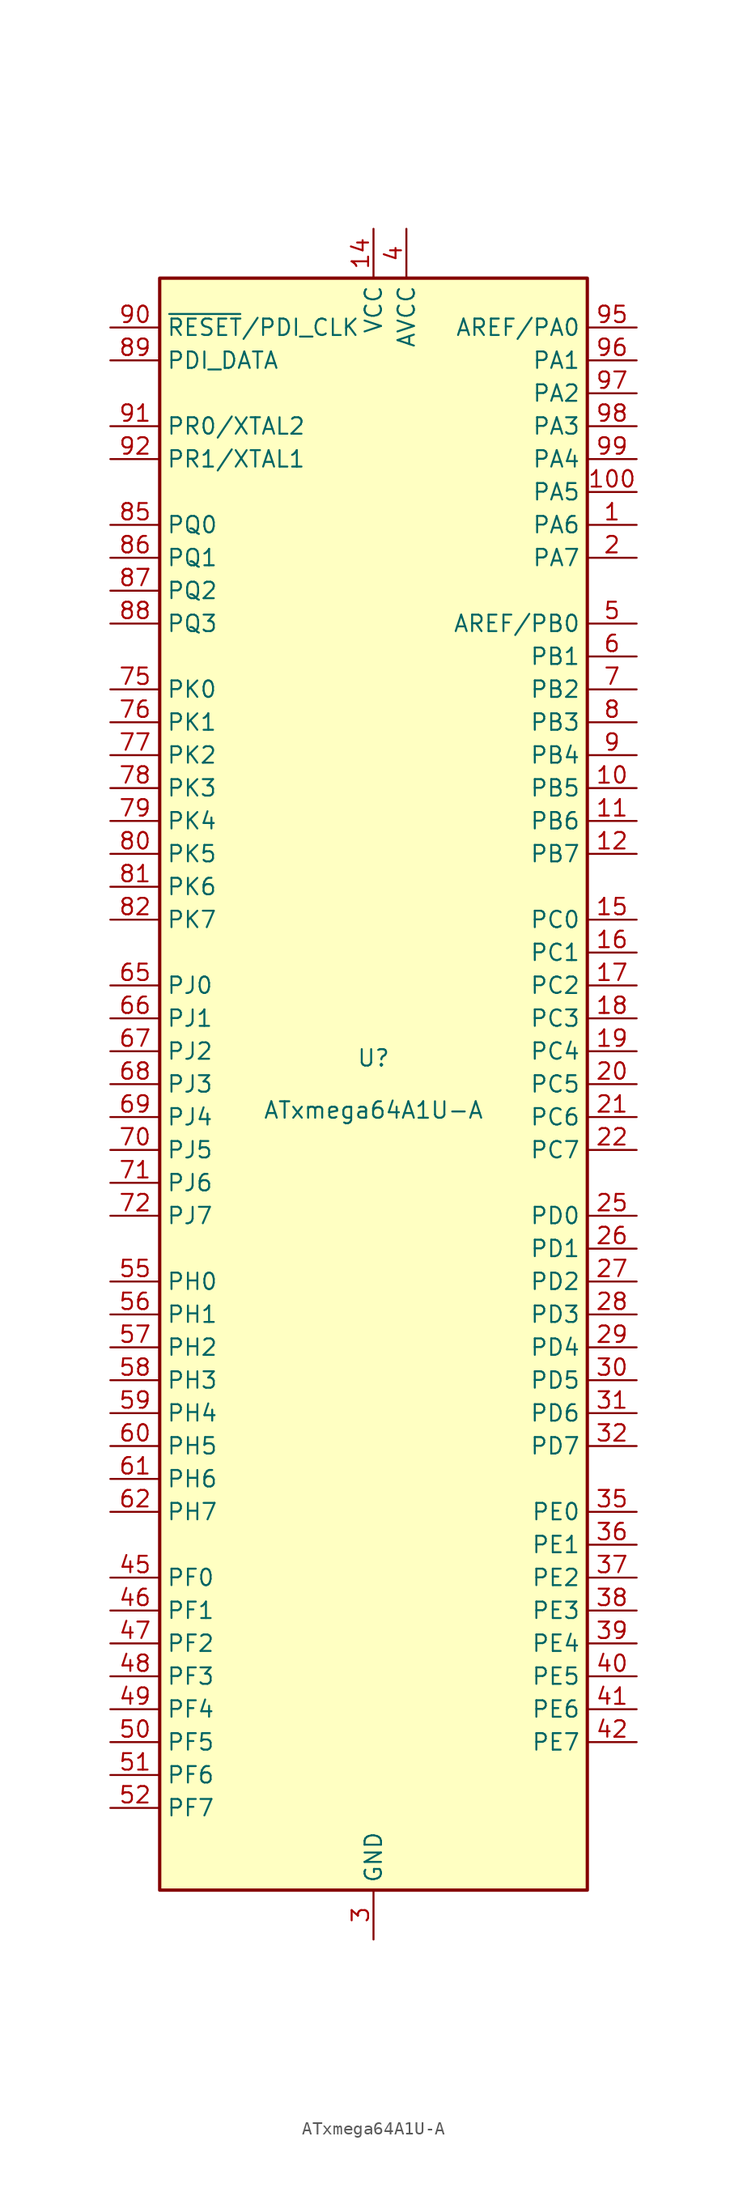
<source format=kicad_sym>
(kicad_symbol_lib
  (version 20241209)
  (generator "kicad_symbol_editor")
  (generator_version "9.0")
  (symbol "ATxmega64A1U-A"
    (property "Reference" "U"
      (at 0 1.27 0)
      (effects (font (size 1.27 1.27)) (justify bottom)))
    (property "Value" "ATxmega64A1U-A"
      (at 0 -1.27 0)
      (effects (font (size 1.27 1.27)) (justify top)))
    (symbol "ATxmega64A1U-A_0_1"
      (rectangle (start -16.51 -62.23) (end 16.51 62.23) (stroke (width 0.254) (type default)) (fill (type background))))
    (symbol "ATxmega64A1U-A_1_1"
      (pin input line (at -20.32 58.42 0) (length 3.81) (name "~{RESET}/PDI_CLK" (effects (font (size 1.27 1.27)))) (number "90" (effects (font (size 1.27 1.27)))))
      (pin bidirectional line (at -20.32 55.88 0) (length 3.81) (name "PDI_DATA" (effects (font (size 1.27 1.27)))) (number "89" (effects (font (size 1.27 1.27)))))
      (pin bidirectional line (at -20.32 50.8 0) (length 3.81) (name "PR0/XTAL2" (effects (font (size 1.27 1.27)))) (number "91" (effects (font (size 1.27 1.27)))))
      (pin bidirectional line (at -20.32 48.26 0) (length 3.81) (name "PR1/XTAL1" (effects (font (size 1.27 1.27)))) (number "92" (effects (font (size 1.27 1.27)))))
      (pin bidirectional line (at -20.32 43.18 0) (length 3.81) (name "PQ0" (effects (font (size 1.27 1.27)))) (number "85" (effects (font (size 1.27 1.27)))))
      (pin bidirectional line (at -20.32 40.64 0) (length 3.81) (name "PQ1" (effects (font (size 1.27 1.27)))) (number "86" (effects (font (size 1.27 1.27)))))
      (pin bidirectional line (at -20.32 38.1 0) (length 3.81) (name "PQ2" (effects (font (size 1.27 1.27)))) (number "87" (effects (font (size 1.27 1.27)))))
      (pin bidirectional line (at -20.32 35.56 0) (length 3.81) (name "PQ3" (effects (font (size 1.27 1.27)))) (number "88" (effects (font (size 1.27 1.27)))))
      (pin bidirectional line (at -20.32 30.48 0) (length 3.81) (name "PK0" (effects (font (size 1.27 1.27)))) (number "75" (effects (font (size 1.27 1.27)))))
      (pin bidirectional line (at -20.32 27.94 0) (length 3.81) (name "PK1" (effects (font (size 1.27 1.27)))) (number "76" (effects (font (size 1.27 1.27)))))
      (pin bidirectional line (at -20.32 25.4 0) (length 3.81) (name "PK2" (effects (font (size 1.27 1.27)))) (number "77" (effects (font (size 1.27 1.27)))))
      (pin bidirectional line (at -20.32 22.86 0) (length 3.81) (name "PK3" (effects (font (size 1.27 1.27)))) (number "78" (effects (font (size 1.27 1.27)))))
      (pin bidirectional line (at -20.32 20.32 0) (length 3.81) (name "PK4" (effects (font (size 1.27 1.27)))) (number "79" (effects (font (size 1.27 1.27)))))
      (pin bidirectional line (at -20.32 17.78 0) (length 3.81) (name "PK5" (effects (font (size 1.27 1.27)))) (number "80" (effects (font (size 1.27 1.27)))))
      (pin bidirectional line (at -20.32 15.24 0) (length 3.81) (name "PK6" (effects (font (size 1.27 1.27)))) (number "81" (effects (font (size 1.27 1.27)))))
      (pin bidirectional line (at -20.32 12.7 0) (length 3.81) (name "PK7" (effects (font (size 1.27 1.27)))) (number "82" (effects (font (size 1.27 1.27)))))
      (pin bidirectional line (at -20.32 7.62 0) (length 3.81) (name "PJ0" (effects (font (size 1.27 1.27)))) (number "65" (effects (font (size 1.27 1.27)))))
      (pin bidirectional line (at -20.32 5.08 0) (length 3.81) (name "PJ1" (effects (font (size 1.27 1.27)))) (number "66" (effects (font (size 1.27 1.27)))))
      (pin bidirectional line (at -20.32 2.54 0) (length 3.81) (name "PJ2" (effects (font (size 1.27 1.27)))) (number "67" (effects (font (size 1.27 1.27)))))
      (pin bidirectional line (at -20.32 0 0) (length 3.81) (name "PJ3" (effects (font (size 1.27 1.27)))) (number "68" (effects (font (size 1.27 1.27)))))
      (pin bidirectional line (at -20.32 -2.54 0) (length 3.81) (name "PJ4" (effects (font (size 1.27 1.27)))) (number "69" (effects (font (size 1.27 1.27)))))
      (pin bidirectional line (at -20.32 -5.08 0) (length 3.81) (name "PJ5" (effects (font (size 1.27 1.27)))) (number "70" (effects (font (size 1.27 1.27)))))
      (pin bidirectional line (at -20.32 -7.62 0) (length 3.81) (name "PJ6" (effects (font (size 1.27 1.27)))) (number "71" (effects (font (size 1.27 1.27)))))
      (pin bidirectional line (at -20.32 -10.16 0) (length 3.81) (name "PJ7" (effects (font (size 1.27 1.27)))) (number "72" (effects (font (size 1.27 1.27)))))
      (pin bidirectional line (at -20.32 -15.24 0) (length 3.81) (name "PH0" (effects (font (size 1.27 1.27)))) (number "55" (effects (font (size 1.27 1.27)))))
      (pin bidirectional line (at -20.32 -17.78 0) (length 3.81) (name "PH1" (effects (font (size 1.27 1.27)))) (number "56" (effects (font (size 1.27 1.27)))))
      (pin bidirectional line (at -20.32 -20.32 0) (length 3.81) (name "PH2" (effects (font (size 1.27 1.27)))) (number "57" (effects (font (size 1.27 1.27)))))
      (pin bidirectional line (at -20.32 -22.86 0) (length 3.81) (name "PH3" (effects (font (size 1.27 1.27)))) (number "58" (effects (font (size 1.27 1.27)))))
      (pin bidirectional line (at -20.32 -25.4 0) (length 3.81) (name "PH4" (effects (font (size 1.27 1.27)))) (number "59" (effects (font (size 1.27 1.27)))))
      (pin bidirectional line (at -20.32 -27.94 0) (length 3.81) (name "PH5" (effects (font (size 1.27 1.27)))) (number "60" (effects (font (size 1.27 1.27)))))
      (pin bidirectional line (at -20.32 -30.48 0) (length 3.81) (name "PH6" (effects (font (size 1.27 1.27)))) (number "61" (effects (font (size 1.27 1.27)))))
      (pin bidirectional line (at -20.32 -33.02 0) (length 3.81) (name "PH7" (effects (font (size 1.27 1.27)))) (number "62" (effects (font (size 1.27 1.27)))))
      (pin bidirectional line (at -20.32 -38.1 0) (length 3.81) (name "PF0" (effects (font (size 1.27 1.27)))) (number "45" (effects (font (size 1.27 1.27)))))
      (pin bidirectional line (at -20.32 -40.64 0) (length 3.81) (name "PF1" (effects (font (size 1.27 1.27)))) (number "46" (effects (font (size 1.27 1.27)))))
      (pin bidirectional line (at -20.32 -43.18 0) (length 3.81) (name "PF2" (effects (font (size 1.27 1.27)))) (number "47" (effects (font (size 1.27 1.27)))))
      (pin bidirectional line (at -20.32 -45.72 0) (length 3.81) (name "PF3" (effects (font (size 1.27 1.27)))) (number "48" (effects (font (size 1.27 1.27)))))
      (pin bidirectional line (at -20.32 -48.26 0) (length 3.81) (name "PF4" (effects (font (size 1.27 1.27)))) (number "49" (effects (font (size 1.27 1.27)))))
      (pin bidirectional line (at -20.32 -50.8 0) (length 3.81) (name "PF5" (effects (font (size 1.27 1.27)))) (number "50" (effects (font (size 1.27 1.27)))))
      (pin bidirectional line (at -20.32 -53.34 0) (length 3.81) (name "PF6" (effects (font (size 1.27 1.27)))) (number "51" (effects (font (size 1.27 1.27)))))
      (pin bidirectional line (at -20.32 -55.88 0) (length 3.81) (name "PF7" (effects (font (size 1.27 1.27)))) (number "52" (effects (font (size 1.27 1.27)))))
      (pin power_in line (at 0 66.04 270) (length 3.81) (name "VCC" (effects (font (size 1.27 1.27)))) (number "14" (effects (font (size 1.27 1.27)))))
      (pin passive line (at 0 66.04 270) (length 3.81) (hide yes) (name "VCC" (effects (font (size 1.27 1.27)))) (number "24" (effects (font (size 1.27 1.27)))))
      (pin passive line (at 0 66.04 270) (length 3.81) (hide yes) (name "VCC" (effects (font (size 1.27 1.27)))) (number "34" (effects (font (size 1.27 1.27)))))
      (pin passive line (at 0 66.04 270) (length 3.81) (hide yes) (name "VCC" (effects (font (size 1.27 1.27)))) (number "44" (effects (font (size 1.27 1.27)))))
      (pin passive line (at 0 66.04 270) (length 3.81) (hide yes) (name "VCC" (effects (font (size 1.27 1.27)))) (number "54" (effects (font (size 1.27 1.27)))))
      (pin passive line (at 0 66.04 270) (length 3.81) (hide yes) (name "VCC" (effects (font (size 1.27 1.27)))) (number "64" (effects (font (size 1.27 1.27)))))
      (pin passive line (at 0 66.04 270) (length 3.81) (hide yes) (name "VCC" (effects (font (size 1.27 1.27)))) (number "74" (effects (font (size 1.27 1.27)))))
      (pin passive line (at 0 66.04 270) (length 3.81) (hide yes) (name "VCC" (effects (font (size 1.27 1.27)))) (number "83" (effects (font (size 1.27 1.27)))))
      (pin passive line (at 0 -66.04 90) (length 3.81) (hide yes) (name "GND" (effects (font (size 1.27 1.27)))) (number "13" (effects (font (size 1.27 1.27)))))
      (pin passive line (at 0 -66.04 90) (length 3.81) (hide yes) (name "GND" (effects (font (size 1.27 1.27)))) (number "23" (effects (font (size 1.27 1.27)))))
      (pin power_in line (at 0 -66.04 90) (length 3.81) (name "GND" (effects (font (size 1.27 1.27)))) (number "3" (effects (font (size 1.27 1.27)))))
      (pin passive line (at 0 -66.04 90) (length 3.81) (hide yes) (name "GND" (effects (font (size 1.27 1.27)))) (number "33" (effects (font (size 1.27 1.27)))))
      (pin passive line (at 0 -66.04 90) (length 3.81) (hide yes) (name "GND" (effects (font (size 1.27 1.27)))) (number "43" (effects (font (size 1.27 1.27)))))
      (pin passive line (at 0 -66.04 90) (length 3.81) (hide yes) (name "GND" (effects (font (size 1.27 1.27)))) (number "53" (effects (font (size 1.27 1.27)))))
      (pin passive line (at 0 -66.04 90) (length 3.81) (hide yes) (name "GND" (effects (font (size 1.27 1.27)))) (number "63" (effects (font (size 1.27 1.27)))))
      (pin passive line (at 0 -66.04 90) (length 3.81) (hide yes) (name "GND" (effects (font (size 1.27 1.27)))) (number "73" (effects (font (size 1.27 1.27)))))
      (pin passive line (at 0 -66.04 90) (length 3.81) (hide yes) (name "GND" (effects (font (size 1.27 1.27)))) (number "84" (effects (font (size 1.27 1.27)))))
      (pin passive line (at 0 -66.04 90) (length 3.81) (hide yes) (name "GND" (effects (font (size 1.27 1.27)))) (number "93" (effects (font (size 1.27 1.27)))))
      (pin power_in line (at 2.54 66.04 270) (length 3.81) (name "AVCC" (effects (font (size 1.27 1.27)))) (number "4" (effects (font (size 1.27 1.27)))))
      (pin passive line (at 2.54 66.04 270) (length 3.81) (hide yes) (name "AVCC" (effects (font (size 1.27 1.27)))) (number "94" (effects (font (size 1.27 1.27)))))
      (pin bidirectional line (at 20.32 58.42 180) (length 3.81) (name "AREF/PA0" (effects (font (size 1.27 1.27)))) (number "95" (effects (font (size 1.27 1.27)))))
      (pin bidirectional line (at 20.32 55.88 180) (length 3.81) (name "PA1" (effects (font (size 1.27 1.27)))) (number "96" (effects (font (size 1.27 1.27)))))
      (pin bidirectional line (at 20.32 53.34 180) (length 3.81) (name "PA2" (effects (font (size 1.27 1.27)))) (number "97" (effects (font (size 1.27 1.27)))))
      (pin bidirectional line (at 20.32 50.8 180) (length 3.81) (name "PA3" (effects (font (size 1.27 1.27)))) (number "98" (effects (font (size 1.27 1.27)))))
      (pin bidirectional line (at 20.32 48.26 180) (length 3.81) (name "PA4" (effects (font (size 1.27 1.27)))) (number "99" (effects (font (size 1.27 1.27)))))
      (pin bidirectional line (at 20.32 45.72 180) (length 3.81) (name "PA5" (effects (font (size 1.27 1.27)))) (number "100" (effects (font (size 1.27 1.27)))))
      (pin bidirectional line (at 20.32 43.18 180) (length 3.81) (name "PA6" (effects (font (size 1.27 1.27)))) (number "1" (effects (font (size 1.27 1.27)))))
      (pin bidirectional line (at 20.32 40.64 180) (length 3.81) (name "PA7" (effects (font (size 1.27 1.27)))) (number "2" (effects (font (size 1.27 1.27)))))
      (pin bidirectional line (at 20.32 35.56 180) (length 3.81) (name "AREF/PB0" (effects (font (size 1.27 1.27)))) (number "5" (effects (font (size 1.27 1.27)))))
      (pin bidirectional line (at 20.32 33.02 180) (length 3.81) (name "PB1" (effects (font (size 1.27 1.27)))) (number "6" (effects (font (size 1.27 1.27)))))
      (pin bidirectional line (at 20.32 30.48 180) (length 3.81) (name "PB2" (effects (font (size 1.27 1.27)))) (number "7" (effects (font (size 1.27 1.27)))))
      (pin bidirectional line (at 20.32 27.94 180) (length 3.81) (name "PB3" (effects (font (size 1.27 1.27)))) (number "8" (effects (font (size 1.27 1.27)))))
      (pin bidirectional line (at 20.32 25.4 180) (length 3.81) (name "PB4" (effects (font (size 1.27 1.27)))) (number "9" (effects (font (size 1.27 1.27)))))
      (pin bidirectional line (at 20.32 22.86 180) (length 3.81) (name "PB5" (effects (font (size 1.27 1.27)))) (number "10" (effects (font (size 1.27 1.27)))))
      (pin bidirectional line (at 20.32 20.32 180) (length 3.81) (name "PB6" (effects (font (size 1.27 1.27)))) (number "11" (effects (font (size 1.27 1.27)))))
      (pin bidirectional line (at 20.32 17.78 180) (length 3.81) (name "PB7" (effects (font (size 1.27 1.27)))) (number "12" (effects (font (size 1.27 1.27)))))
      (pin bidirectional line (at 20.32 12.7 180) (length 3.81) (name "PC0" (effects (font (size 1.27 1.27)))) (number "15" (effects (font (size 1.27 1.27)))))
      (pin bidirectional line (at 20.32 10.16 180) (length 3.81) (name "PC1" (effects (font (size 1.27 1.27)))) (number "16" (effects (font (size 1.27 1.27)))))
      (pin bidirectional line (at 20.32 7.62 180) (length 3.81) (name "PC2" (effects (font (size 1.27 1.27)))) (number "17" (effects (font (size 1.27 1.27)))))
      (pin bidirectional line (at 20.32 5.08 180) (length 3.81) (name "PC3" (effects (font (size 1.27 1.27)))) (number "18" (effects (font (size 1.27 1.27)))))
      (pin bidirectional line (at 20.32 2.54 180) (length 3.81) (name "PC4" (effects (font (size 1.27 1.27)))) (number "19" (effects (font (size 1.27 1.27)))))
      (pin bidirectional line (at 20.32 0 180) (length 3.81) (name "PC5" (effects (font (size 1.27 1.27)))) (number "20" (effects (font (size 1.27 1.27)))))
      (pin bidirectional line (at 20.32 -2.54 180) (length 3.81) (name "PC6" (effects (font (size 1.27 1.27)))) (number "21" (effects (font (size 1.27 1.27)))))
      (pin bidirectional line (at 20.32 -5.08 180) (length 3.81) (name "PC7" (effects (font (size 1.27 1.27)))) (number "22" (effects (font (size 1.27 1.27)))))
      (pin bidirectional line (at 20.32 -10.16 180) (length 3.81) (name "PD0" (effects (font (size 1.27 1.27)))) (number "25" (effects (font (size 1.27 1.27)))))
      (pin bidirectional line (at 20.32 -12.7 180) (length 3.81) (name "PD1" (effects (font (size 1.27 1.27)))) (number "26" (effects (font (size 1.27 1.27)))))
      (pin bidirectional line (at 20.32 -15.24 180) (length 3.81) (name "PD2" (effects (font (size 1.27 1.27)))) (number "27" (effects (font (size 1.27 1.27)))))
      (pin bidirectional line (at 20.32 -17.78 180) (length 3.81) (name "PD3" (effects (font (size 1.27 1.27)))) (number "28" (effects (font (size 1.27 1.27)))))
      (pin bidirectional line (at 20.32 -20.32 180) (length 3.81) (name "PD4" (effects (font (size 1.27 1.27)))) (number "29" (effects (font (size 1.27 1.27)))))
      (pin bidirectional line (at 20.32 -22.86 180) (length 3.81) (name "PD5" (effects (font (size 1.27 1.27)))) (number "30" (effects (font (size 1.27 1.27)))))
      (pin bidirectional line (at 20.32 -25.4 180) (length 3.81) (name "PD6" (effects (font (size 1.27 1.27)))) (number "31" (effects (font (size 1.27 1.27)))))
      (pin bidirectional line (at 20.32 -27.94 180) (length 3.81) (name "PD7" (effects (font (size 1.27 1.27)))) (number "32" (effects (font (size 1.27 1.27)))))
      (pin bidirectional line (at 20.32 -33.02 180) (length 3.81) (name "PE0" (effects (font (size 1.27 1.27)))) (number "35" (effects (font (size 1.27 1.27)))))
      (pin bidirectional line (at 20.32 -35.56 180) (length 3.81) (name "PE1" (effects (font (size 1.27 1.27)))) (number "36" (effects (font (size 1.27 1.27)))))
      (pin bidirectional line (at 20.32 -38.1 180) (length 3.81) (name "PE2" (effects (font (size 1.27 1.27)))) (number "37" (effects (font (size 1.27 1.27)))))
      (pin bidirectional line (at 20.32 -40.64 180) (length 3.81) (name "PE3" (effects (font (size 1.27 1.27)))) (number "38" (effects (font (size 1.27 1.27)))))
      (pin bidirectional line (at 20.32 -43.18 180) (length 3.81) (name "PE4" (effects (font (size 1.27 1.27)))) (number "39" (effects (font (size 1.27 1.27)))))
      (pin bidirectional line (at 20.32 -45.72 180) (length 3.81) (name "PE5" (effects (font (size 1.27 1.27)))) (number "40" (effects (font (size 1.27 1.27)))))
      (pin bidirectional line (at 20.32 -48.26 180) (length 3.81) (name "PE6" (effects (font (size 1.27 1.27)))) (number "41" (effects (font (size 1.27 1.27)))))
      (pin bidirectional line (at 20.32 -50.8 180) (length 3.81) (name "PE7" (effects (font (size 1.27 1.27)))) (number "42" (effects (font (size 1.27 1.27))))))))
</source>
